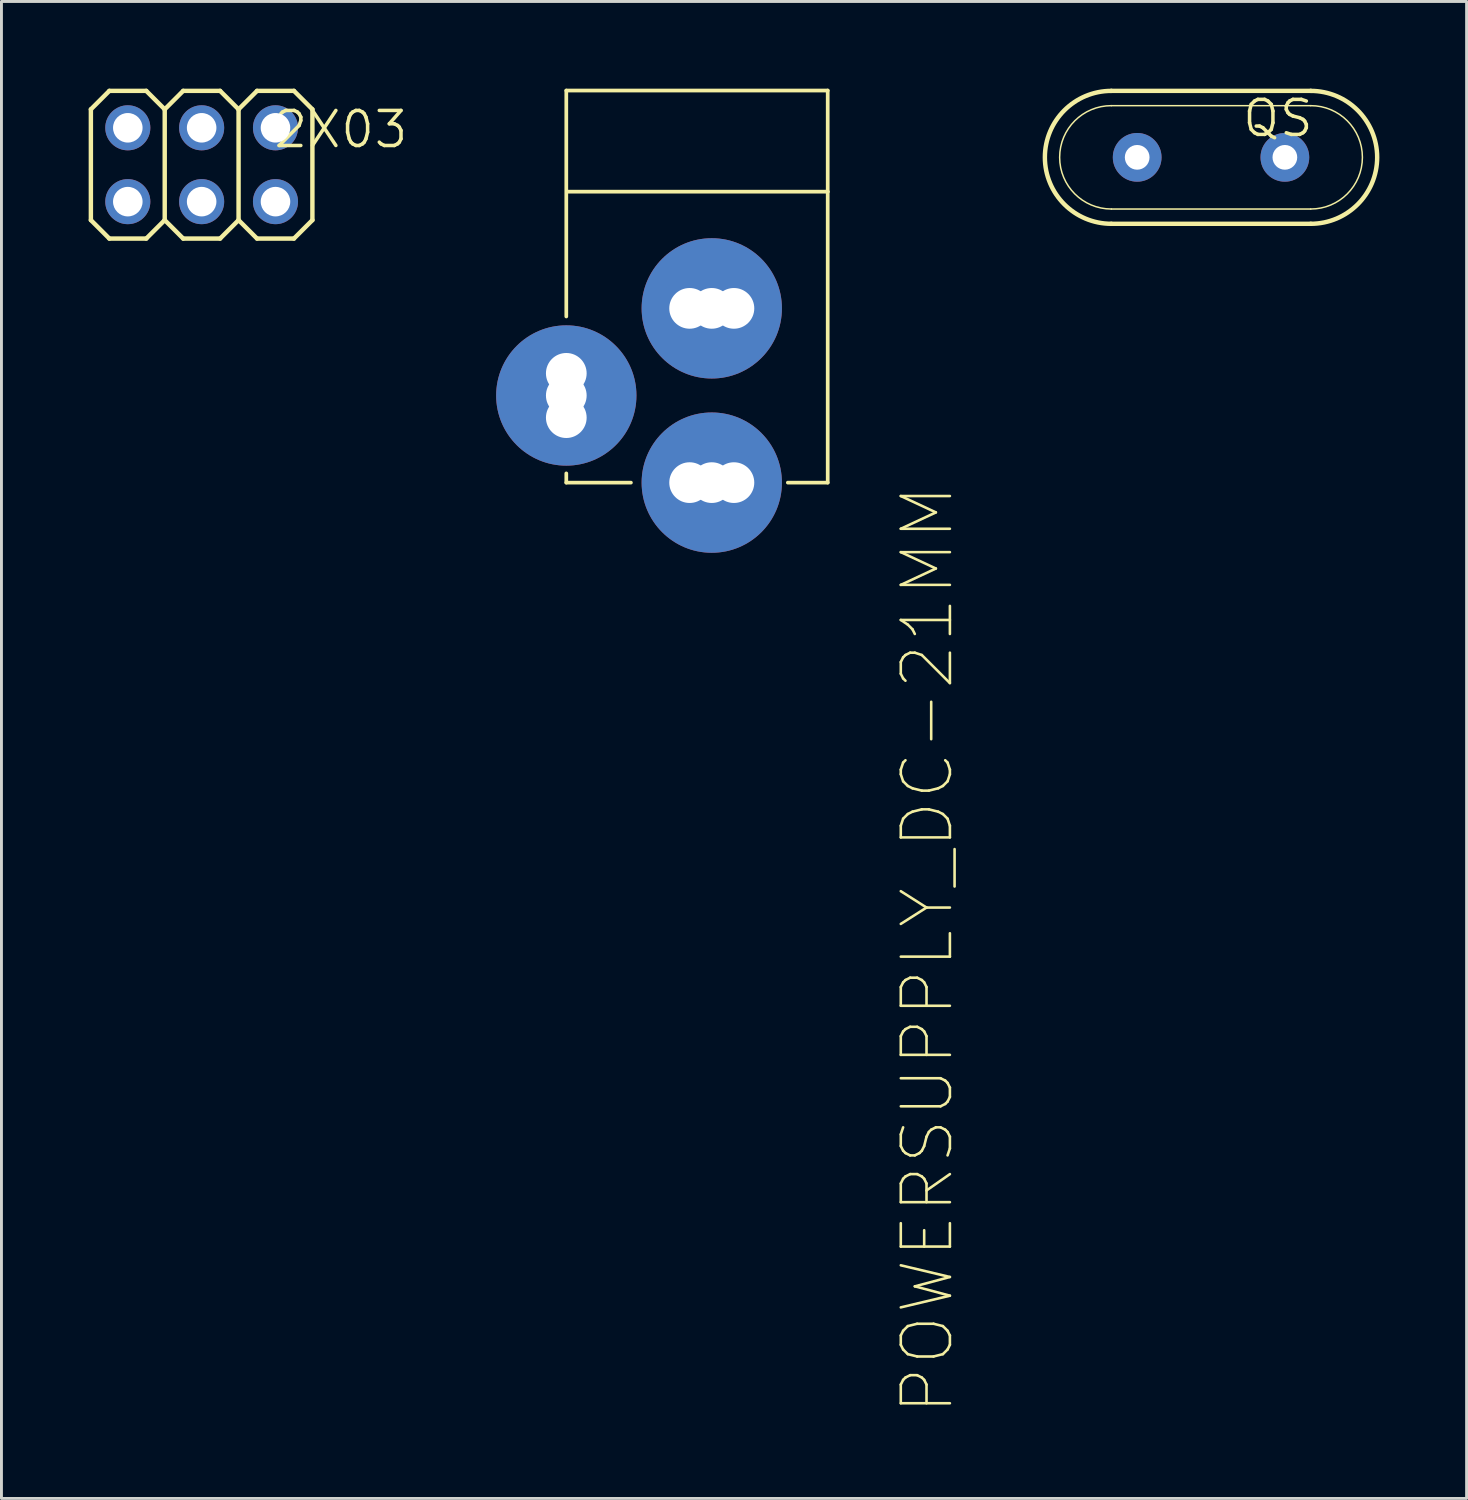
<source format=kicad_pcb>
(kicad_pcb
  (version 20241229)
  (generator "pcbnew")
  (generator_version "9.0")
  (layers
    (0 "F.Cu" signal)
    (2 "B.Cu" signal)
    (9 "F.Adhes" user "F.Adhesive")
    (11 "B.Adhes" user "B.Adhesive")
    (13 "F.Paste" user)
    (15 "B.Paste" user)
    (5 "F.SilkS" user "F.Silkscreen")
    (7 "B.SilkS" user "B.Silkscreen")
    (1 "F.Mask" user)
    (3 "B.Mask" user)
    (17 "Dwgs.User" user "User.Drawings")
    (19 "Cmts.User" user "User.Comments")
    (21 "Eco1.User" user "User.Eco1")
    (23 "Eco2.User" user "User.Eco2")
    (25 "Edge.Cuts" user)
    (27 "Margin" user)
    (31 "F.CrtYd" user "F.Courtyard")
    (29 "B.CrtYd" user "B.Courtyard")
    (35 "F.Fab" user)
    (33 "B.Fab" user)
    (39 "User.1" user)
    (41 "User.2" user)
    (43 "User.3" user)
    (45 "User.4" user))
  (footprint "QS"
    (layer "F.Cu")
    (at 38.606 2.362)
    (property "Reference" "QS" (at 1.016 -0.635 180) (layer "F.SilkS") (effects (font (size 1.206 1.206) (thickness 0.121)) (justify left bottom)))
    (attr through_hole)
    (fp_line (start -3.429 1.778) (end 3.429 1.778) (stroke (width 0.051) (type solid)) (layer "F.SilkS"))
    (fp_line (start -3.429 2.286) (end 3.429 2.286) (stroke (width 0.152) (type solid)) (layer "F.SilkS"))
    (fp_line (start 3.429 -2.286) (end -3.429 -2.286) (stroke (width 0.152) (type solid)) (layer "F.SilkS"))
    (fp_line (start 3.429 -1.778) (end -3.429 -1.778) (stroke (width 0.051) (type solid)) (layer "F.SilkS"))
    (fp_arc (start -3.429 1.778) (mid -5.207 0) (end -3.429 -1.778) (stroke (width 0.0508) (type solid)) (layer "F.SilkS"))
    (fp_arc (start -3.429 2.286) (mid -5.715 0) (end -3.429 -2.286) (stroke (width 0.1524) (type solid)) (layer "F.SilkS"))
    (fp_arc (start 3.429 -2.286) (mid 5.715 0) (end 3.429 2.286) (stroke (width 0.1524) (type solid)) (layer "F.SilkS"))
    (fp_arc (start 3.429 -1.778) (mid 5.207 0) (end 3.429 1.778) (stroke (width 0.0508) (type solid)) (layer "F.SilkS"))
    (pad "1" thru_hole circle (at -2.54 0 90) (size 1.676 1.676) (drill 0.85) (layers "*.Cu" "*.Mask"))
    (pad "2" thru_hole circle (at 2.54 0 90) (size 1.676 1.676) (drill 0.85) (layers "*.Cu" "*.Mask")))
  (footprint "POWERSUPPLY_DC-21MM"
    (layer "F.Cu")
    (at 21.509 7.201)
    (property "Reference" "POWERSUPPLY_DC-21MM" (at 6.35 6.35 90) (layer "F.SilkS") (effects (font (size 1.689 1.689) (thickness 0.089)) (justify right top)))
    (attr through_hole)
    (fp_line (start -5.08 -7.137) (end -5.08 0.635) (stroke (width 0.127) (type solid)) (layer "F.SilkS"))
    (fp_line (start -5.08 6.35) (end -5.08 6.032) (stroke (width 0.127) (type solid)) (layer "F.SilkS"))
    (fp_line (start -5.055 -3.658) (end 3.912 -3.658) (stroke (width 0.127) (type solid)) (layer "F.SilkS"))
    (fp_line (start -2.857 6.35) (end -5.08 6.35) (stroke (width 0.127) (type solid)) (layer "F.SilkS"))
    (fp_line (start 2.54 6.35) (end 3.912 6.35) (stroke (width 0.127) (type solid)) (layer "F.SilkS"))
    (fp_line (start 3.912 -7.137) (end -5.08 -7.137) (stroke (width 0.127) (type solid)) (layer "F.SilkS"))
    (fp_line (start 3.912 -3.658) (end 3.912 -7.137) (stroke (width 0.127) (type solid)) (layer "F.SilkS"))
    (fp_line (start 3.912 6.35) (end 3.912 -3.658) (stroke (width 0.127) (type solid)) (layer "F.SilkS"))
    (pad "1" thru_hole circle (at -5.08 3.353) (size 4.826 4.826) (drill 1.4) (layers "*.Cu" "*.Mask"))
    (pad "2" thru_hole circle (at -0.076 6.35) (size 4.826 4.826) (drill 1.4) (layers "*.Cu" "*.Mask"))
    (pad "3" thru_hole circle (at -0.076 0.356) (size 4.826 4.826) (drill 1.4) (layers "*.Cu" "*.Mask"))
    (pad "4" thru_hole circle (at -5.08 4.115) (size 2.1 2.1) (drill 1.4) (layers "*.Cu" "*.Mask"))
    (pad "5" thru_hole circle (at -5.08 2.591) (size 2.1 2.1) (drill 1.4) (layers "*.Cu" "*.Mask"))
    (pad "6" thru_hole circle (at -0.838 0.356) (size 2.1 2.1) (drill 1.4) (layers "*.Cu" "*.Mask"))
    (pad "7" thru_hole circle (at 0.686 0.356) (size 2.1 2.1) (drill 1.4) (layers "*.Cu" "*.Mask"))
    (pad "8" thru_hole circle (at -0.838 6.35) (size 2.1 2.1) (drill 1.4) (layers "*.Cu" "*.Mask"))
    (pad "9" thru_hole circle (at 0.686 6.35) (size 2.1 2.1) (drill 1.4) (layers "*.Cu" "*.Mask")))
  (footprint "2X03"
    (layer "F.Cu")
    (at 3.886 2.616)
    (property "Reference" "2X03" (at 2.413 -0.508 180) (layer "F.SilkS") (effects (font (size 1.206 1.206) (thickness 0.121)) (justify left bottom)))
    (attr through_hole)
    (fp_line (start -3.81 -1.905) (end -3.175 -2.54) (stroke (width 0.152) (type solid)) (layer "F.SilkS"))
    (fp_line (start -3.81 1.905) (end -3.81 -1.905) (stroke (width 0.152) (type solid)) (layer "F.SilkS"))
    (fp_line (start -3.81 1.905) (end -3.175 2.54) (stroke (width 0.152) (type solid)) (layer "F.SilkS"))
    (fp_line (start -3.175 -2.54) (end -1.905 -2.54) (stroke (width 0.152) (type solid)) (layer "F.SilkS"))
    (fp_line (start -3.175 2.54) (end -1.905 2.54) (stroke (width 0.152) (type solid)) (layer "F.SilkS"))
    (fp_line (start -1.905 -2.54) (end -1.27 -1.905) (stroke (width 0.152) (type solid)) (layer "F.SilkS"))
    (fp_line (start -1.905 2.54) (end -1.27 1.905) (stroke (width 0.152) (type solid)) (layer "F.SilkS"))
    (fp_line (start -1.27 -1.905) (end -1.27 1.905) (stroke (width 0.152) (type solid)) (layer "F.SilkS"))
    (fp_line (start -1.27 -1.905) (end -0.635 -2.54) (stroke (width 0.152) (type solid)) (layer "F.SilkS"))
    (fp_line (start -1.27 1.905) (end -0.635 2.54) (stroke (width 0.152) (type solid)) (layer "F.SilkS"))
    (fp_line (start -0.635 -2.54) (end 0.635 -2.54) (stroke (width 0.152) (type solid)) (layer "F.SilkS"))
    (fp_line (start -0.635 2.54) (end 0.635 2.54) (stroke (width 0.152) (type solid)) (layer "F.SilkS"))
    (fp_line (start 0.635 -2.54) (end 1.27 -1.905) (stroke (width 0.152) (type solid)) (layer "F.SilkS"))
    (fp_line (start 0.635 2.54) (end 1.27 1.905) (stroke (width 0.152) (type solid)) (layer "F.SilkS"))
    (fp_line (start 1.27 -1.905) (end 1.27 1.905) (stroke (width 0.152) (type solid)) (layer "F.SilkS"))
    (fp_line (start 1.27 -1.905) (end 1.905 -2.54) (stroke (width 0.152) (type solid)) (layer "F.SilkS"))
    (fp_line (start 1.27 1.905) (end 1.905 2.54) (stroke (width 0.152) (type solid)) (layer "F.SilkS"))
    (fp_line (start 1.905 -2.54) (end 3.175 -2.54) (stroke (width 0.152) (type solid)) (layer "F.SilkS"))
    (fp_line (start 1.905 2.54) (end 3.175 2.54) (stroke (width 0.152) (type solid)) (layer "F.SilkS"))
    (fp_line (start 3.175 -2.54) (end 3.81 -1.905) (stroke (width 0.152) (type solid)) (layer "F.SilkS"))
    (fp_line (start 3.175 2.54) (end 3.81 1.905) (stroke (width 0.152) (type solid)) (layer "F.SilkS"))
    (fp_line (start 3.81 -1.905) (end 3.81 1.905) (stroke (width 0.152) (type solid)) (layer "F.SilkS"))
    (fp_poly (pts (xy -2.794 -1.016) (xy -2.286 -1.016) (xy -2.286 -1.524) (xy -2.794 -1.524)) (stroke (width 0.1) (type solid)) (fill no) (layer "F.Fab"))
    (fp_poly (pts (xy -2.794 1.524) (xy -2.286 1.524) (xy -2.286 1.016) (xy -2.794 1.016)) (stroke (width 0.1) (type solid)) (fill no) (layer "F.Fab"))
    (fp_poly (pts (xy -0.254 -1.016) (xy 0.254 -1.016) (xy 0.254 -1.524) (xy -0.254 -1.524)) (stroke (width 0.1) (type solid)) (fill no) (layer "F.Fab"))
    (fp_poly (pts (xy -0.254 1.524) (xy 0.254 1.524) (xy 0.254 1.016) (xy -0.254 1.016)) (stroke (width 0.1) (type solid)) (fill no) (layer "F.Fab"))
    (fp_poly (pts (xy 2.286 -1.016) (xy 2.794 -1.016) (xy 2.794 -1.524) (xy 2.286 -1.524)) (stroke (width 0.1) (type solid)) (fill no) (layer "F.Fab"))
    (fp_poly (pts (xy 2.286 1.524) (xy 2.794 1.524) (xy 2.794 1.016) (xy 2.286 1.016)) (stroke (width 0.1) (type solid)) (fill no) (layer "F.Fab"))
    (pad "1" thru_hole circle (at -2.54 1.27) (size 1.55 1.55) (drill 1.016) (layers "*.Cu" "*.Mask"))
    (pad "2" thru_hole circle (at -2.54 -1.27) (size 1.55 1.55) (drill 1.016) (layers "*.Cu" "*.Mask"))
    (pad "3" thru_hole circle (at 0 1.27) (size 1.55 1.55) (drill 1.016) (layers "*.Cu" "*.Mask"))
    (pad "4" thru_hole circle (at 0 -1.27) (size 1.55 1.55) (drill 1.016) (layers "*.Cu" "*.Mask"))
    (pad "5" thru_hole circle (at 2.54 1.27) (size 1.55 1.55) (drill 1.016) (layers "*.Cu" "*.Mask"))
    (pad "6" thru_hole circle (at 2.54 -1.27) (size 1.55 1.55) (drill 1.016) (layers "*.Cu" "*.Mask")))
  (gr_rect
    (start -3 -3)
    (end 47.397 48.492)
    (stroke (width 0.1) (type default))
    (fill no)
    (layer "Edge.Cuts")))
</source>
